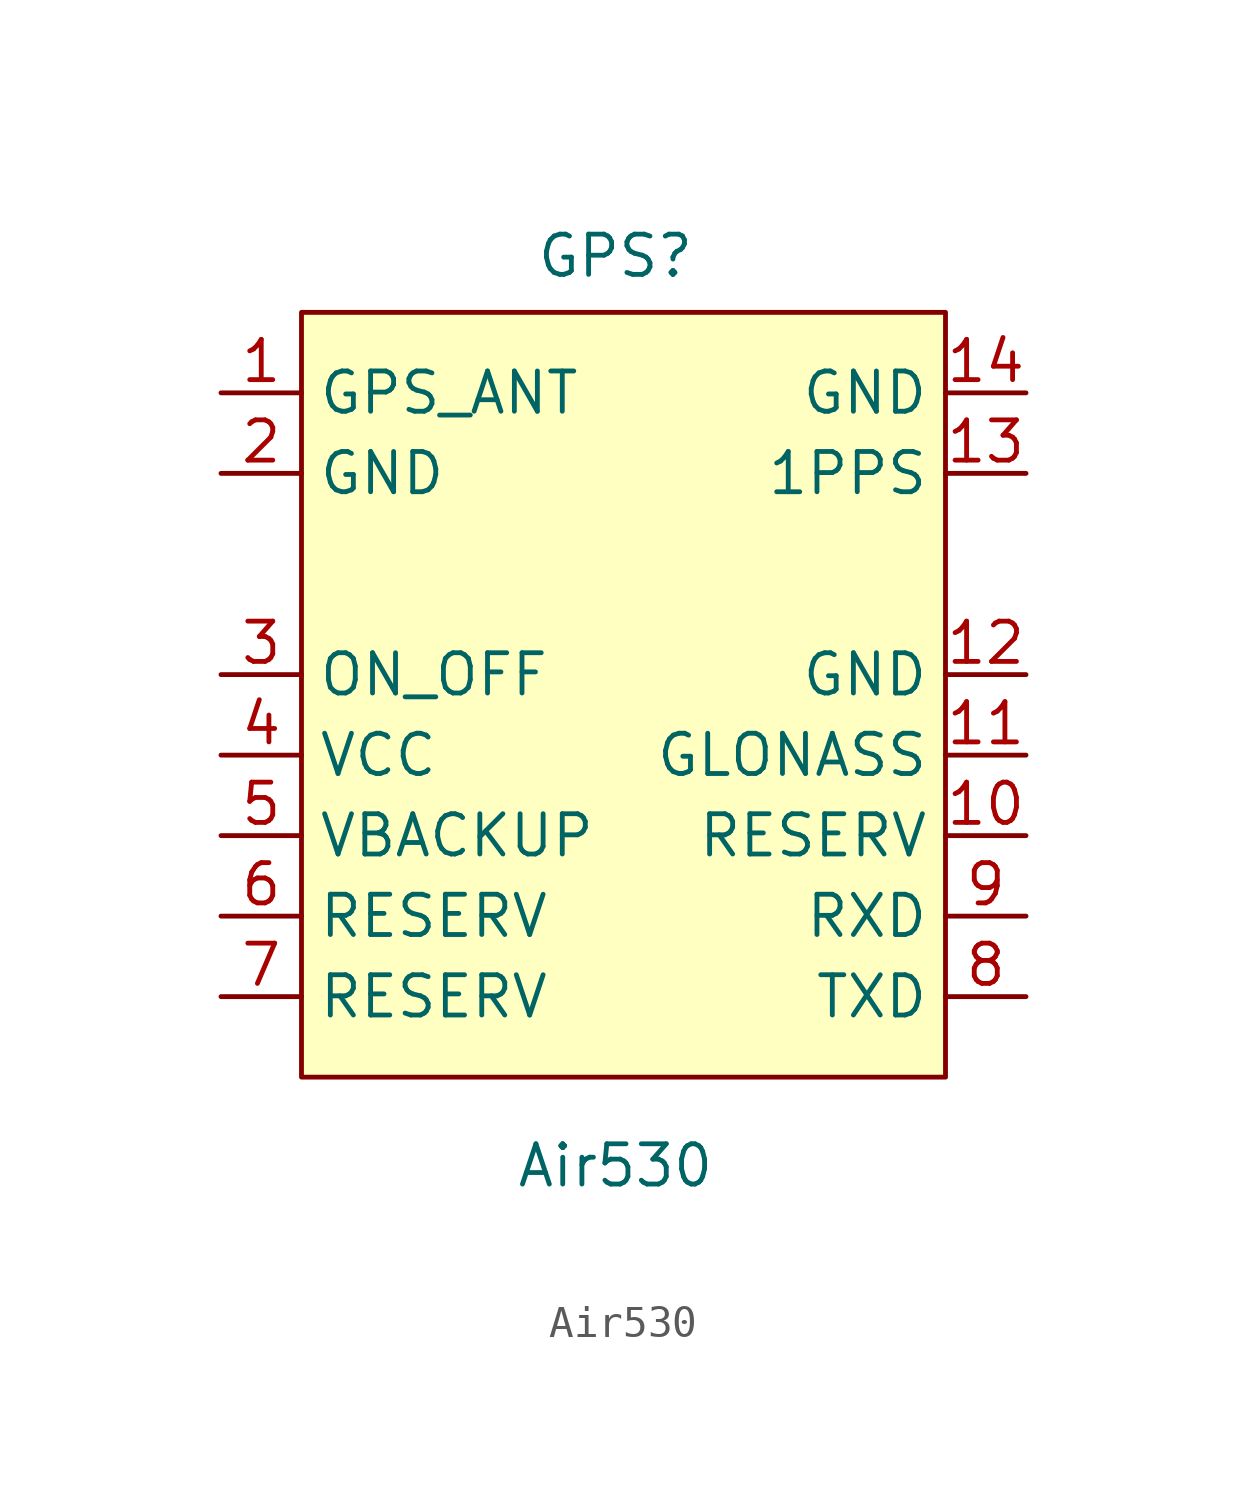
<source format=kicad_sym>
(kicad_symbol_lib
  (version 20241209)
  (generator "kicad_symbol_editor")
  (generator_version "9.0")
  (symbol "Air530"
    (property "Reference" "GPS"
      (at -0.254 15.748 0)
      (effects (font (size 1.27 1.27))))
    (property "Value" "Air530"
      (at -0.254 -12.954 0)
      (effects (font (size 1.27 1.27))))
    (symbol "Air530_1_1"
      (rectangle (start -10.16 13.97) (end 10.16 -10.16) (stroke (width 0) (type solid)) (fill (type background)))
      (pin input line (at -12.7 11.43 0) (length 2.54) (name "GPS_ANT" (effects (font (size 1.27 1.27)))) (number "1" (effects (font (size 1.27 1.27)))))
      (pin power_in line (at -12.7 8.89 0) (length 2.54) (name "GND" (effects (font (size 1.27 1.27)))) (number "2" (effects (font (size 1.27 1.27)))))
      (pin power_in line (at -12.7 2.54 0) (length 2.54) (name "ON_OFF" (effects (font (size 1.27 1.27)))) (number "3" (effects (font (size 1.27 1.27)))))
      (pin power_in line (at -12.7 0 0) (length 2.54) (name "VCC" (effects (font (size 1.27 1.27)))) (number "4" (effects (font (size 1.27 1.27)))))
      (pin passive line (at -12.7 -2.54 0) (length 2.54) (name "VBACKUP" (effects (font (size 1.27 1.27)))) (number "5" (effects (font (size 1.27 1.27)))))
      (pin passive line (at -12.7 -5.08 0) (length 2.54) (name "RESERV" (effects (font (size 1.27 1.27)))) (number "6" (effects (font (size 1.27 1.27)))))
      (pin passive line (at -12.7 -7.62 0) (length 2.54) (name "RESERV" (effects (font (size 1.27 1.27)))) (number "7" (effects (font (size 1.27 1.27)))))
      (pin power_in line (at 12.7 11.43 180) (length 2.54) (name "GND" (effects (font (size 1.27 1.27)))) (number "14" (effects (font (size 1.27 1.27)))))
      (pin power_in line (at 12.7 8.89 180) (length 2.54) (name "1PPS" (effects (font (size 1.27 1.27)))) (number "13" (effects (font (size 1.27 1.27)))))
      (pin power_in line (at 12.7 2.54 180) (length 2.54) (name "GND" (effects (font (size 1.27 1.27)))) (number "12" (effects (font (size 1.27 1.27)))))
      (pin passive line (at 12.7 0 180) (length 2.54) (name "GLONASS" (effects (font (size 1.27 1.27)))) (number "11" (effects (font (size 1.27 1.27)))))
      (pin input line (at 12.7 -2.54 180) (length 2.54) (name "RESERV" (effects (font (size 1.27 1.27)))) (number "10" (effects (font (size 1.27 1.27)))))
      (pin input line (at 12.7 -5.08 180) (length 2.54) (name "RXD" (effects (font (size 1.27 1.27)))) (number "9" (effects (font (size 1.27 1.27)))))
      (pin output line (at 12.7 -7.62 180) (length 2.54) (name "TXD" (effects (font (size 1.27 1.27)))) (number "8" (effects (font (size 1.27 1.27))))))))
</source>
